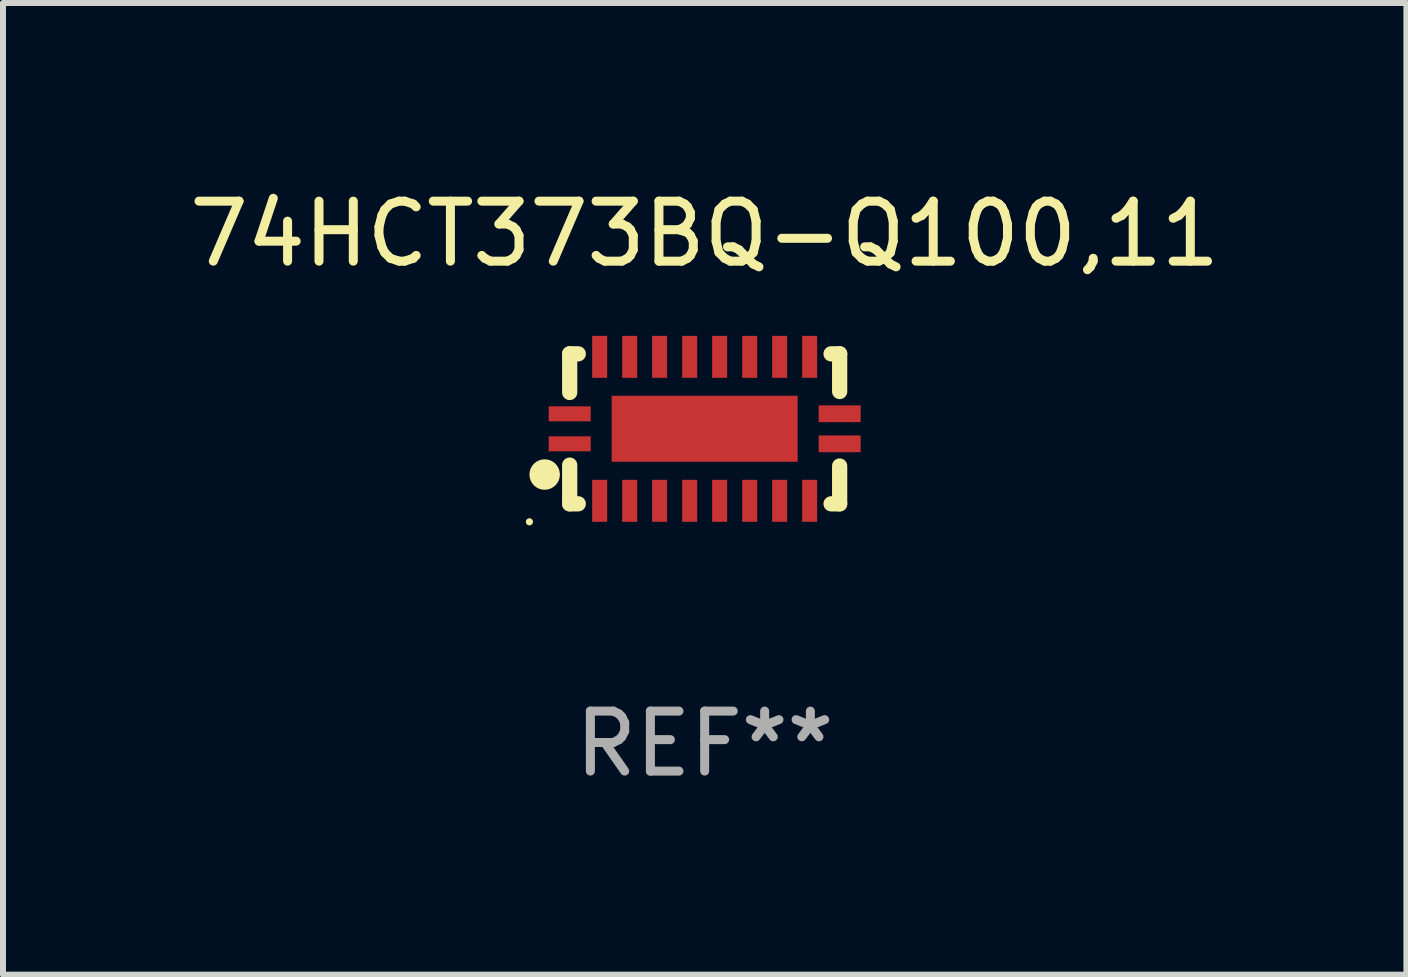
<source format=kicad_pcb>
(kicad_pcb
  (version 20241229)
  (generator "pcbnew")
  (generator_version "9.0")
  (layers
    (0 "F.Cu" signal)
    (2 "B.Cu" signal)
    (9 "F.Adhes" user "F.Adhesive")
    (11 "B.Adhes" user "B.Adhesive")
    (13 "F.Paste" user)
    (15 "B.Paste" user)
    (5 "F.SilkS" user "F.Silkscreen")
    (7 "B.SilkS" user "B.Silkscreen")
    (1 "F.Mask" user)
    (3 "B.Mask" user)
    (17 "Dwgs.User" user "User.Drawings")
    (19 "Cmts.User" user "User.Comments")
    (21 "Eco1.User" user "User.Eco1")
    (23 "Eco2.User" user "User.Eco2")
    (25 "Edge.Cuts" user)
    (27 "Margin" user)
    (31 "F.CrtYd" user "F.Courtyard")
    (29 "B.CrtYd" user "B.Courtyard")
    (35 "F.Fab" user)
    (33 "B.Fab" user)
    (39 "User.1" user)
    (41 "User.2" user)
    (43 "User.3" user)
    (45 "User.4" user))
  (footprint "74HCT373BQ-Q100,11"
    (layer "F.Cu")
    (at 8.696 4.098)
    (property "Reference" "74HCT373BQ-Q100,11" (at 0 -3.25 0) (layer "F.SilkS") (effects (font (size 1 1) (thickness 0.15))))
    (attr through_hole)
    (fp_line (start -2.25 0.605) (end -2.25 1.25) (stroke (width 0.254) (type solid)) (layer "F.SilkS"))
    (fp_line (start -2.25 1.25) (end -2.107 1.25) (stroke (width 0.254) (type solid)) (layer "F.SilkS"))
    (fp_line (start -2.25 -1.25) (end -2.25 -0.606) (stroke (width 0.254) (type solid)) (layer "F.SilkS"))
    (fp_line (start -2.25 -1.25) (end -2.107 -1.25) (stroke (width 0.254) (type solid)) (layer "F.SilkS"))
    (fp_line (start 2.107 -1.25) (end 2.25 -1.25) (stroke (width 0.254) (type solid)) (layer "F.SilkS"))
    (fp_line (start 2.107 1.25) (end 2.25 1.25) (stroke (width 0.254) (type solid)) (layer "F.SilkS"))
    (fp_line (start 2.25 -1.25) (end 2.25 -0.622) (stroke (width 0.254) (type solid)) (layer "F.SilkS"))
    (fp_line (start 2.25 0.62) (end 2.25 1.25) (stroke (width 0.254) (type solid)) (layer "F.SilkS"))
    (fp_circle (center -2.921 1.55) (end -2.891 1.55) (stroke (width 0.06) (type solid)) (fill no) (layer "F.SilkS"))
    (fp_circle (center -2.667 0.762) (end -2.54 0.762) (stroke (width 0.254) (type solid)) (fill no) (layer "F.SilkS"))
    (fp_text user "REF**" (at 0 5.25 0) (layer "F.Fab") (effects (font (size 1 1) (thickness 0.15))))
    (pad "1" smd rect (at -2.25 0.25 180) (size 0.7 0.25) (layers "F.Cu" "F.Mask" "F.Paste"))
    (pad "2" smd rect (at -1.75 1.2 90) (size 0.7 0.25) (layers "F.Cu" "F.Mask" "F.Paste"))
    (pad "3" smd rect (at -1.25 1.2 90) (size 0.7 0.25) (layers "F.Cu" "F.Mask" "F.Paste"))
    (pad "4" smd rect (at -0.751 1.2 90) (size 0.7 0.25) (layers "F.Cu" "F.Mask" "F.Paste"))
    (pad "5" smd rect (at -0.25 1.2 90) (size 0.7 0.25) (layers "F.Cu" "F.Mask" "F.Paste"))
    (pad "6" smd rect (at 0.25 1.2 90) (size 0.7 0.25) (layers "F.Cu" "F.Mask" "F.Paste"))
    (pad "7" smd rect (at 0.751 1.2 90) (size 0.7 0.25) (layers "F.Cu" "F.Mask" "F.Paste"))
    (pad "8" smd rect (at 1.25 1.2 90) (size 0.7 0.25) (layers "F.Cu" "F.Mask" "F.Paste"))
    (pad "9" smd rect (at 1.75 1.2 90) (size 0.7 0.25) (layers "F.Cu" "F.Mask" "F.Paste"))
    (pad "10" smd rect (at 2.25 0.25 180) (size 0.7 0.28) (layers "F.Cu" "F.Mask" "F.Paste"))
    (pad "11" smd rect (at 2.25 -0.251 180) (size 0.7 0.28) (layers "F.Cu" "F.Mask" "F.Paste"))
    (pad "12" smd rect (at 1.75 -1.2 90) (size 0.7 0.25) (layers "F.Cu" "F.Mask" "F.Paste"))
    (pad "13" smd rect (at 1.25 -1.2 90) (size 0.7 0.25) (layers "F.Cu" "F.Mask" "F.Paste"))
    (pad "14" smd rect (at 0.751 -1.2 90) (size 0.7 0.25) (layers "F.Cu" "F.Mask" "F.Paste"))
    (pad "15" smd rect (at 0.25 -1.2 90) (size 0.7 0.25) (layers "F.Cu" "F.Mask" "F.Paste"))
    (pad "16" smd rect (at -0.25 -1.2 90) (size 0.7 0.25) (layers "F.Cu" "F.Mask" "F.Paste"))
    (pad "17" smd rect (at -0.751 -1.2 90) (size 0.7 0.25) (layers "F.Cu" "F.Mask" "F.Paste"))
    (pad "18" smd rect (at -1.25 -1.2 90) (size 0.7 0.25) (layers "F.Cu" "F.Mask" "F.Paste"))
    (pad "19" smd rect (at -1.75 -1.2 90) (size 0.7 0.25) (layers "F.Cu" "F.Mask" "F.Paste"))
    (pad "20" smd rect (at -2.25 -0.25 180) (size 0.7 0.25) (layers "F.Cu" "F.Mask" "F.Paste"))
    (pad "21" smd rect (at 0 -0.001 180) (size 3.1 1.1) (layers "F.Cu" "F.Mask" "F.Paste")))
  (gr_rect
    (start -3 -3)
    (end 20.393 13.197)
    (stroke (width 0.1) (type default))
    (fill no)
    (layer "Edge.Cuts")))
</source>
